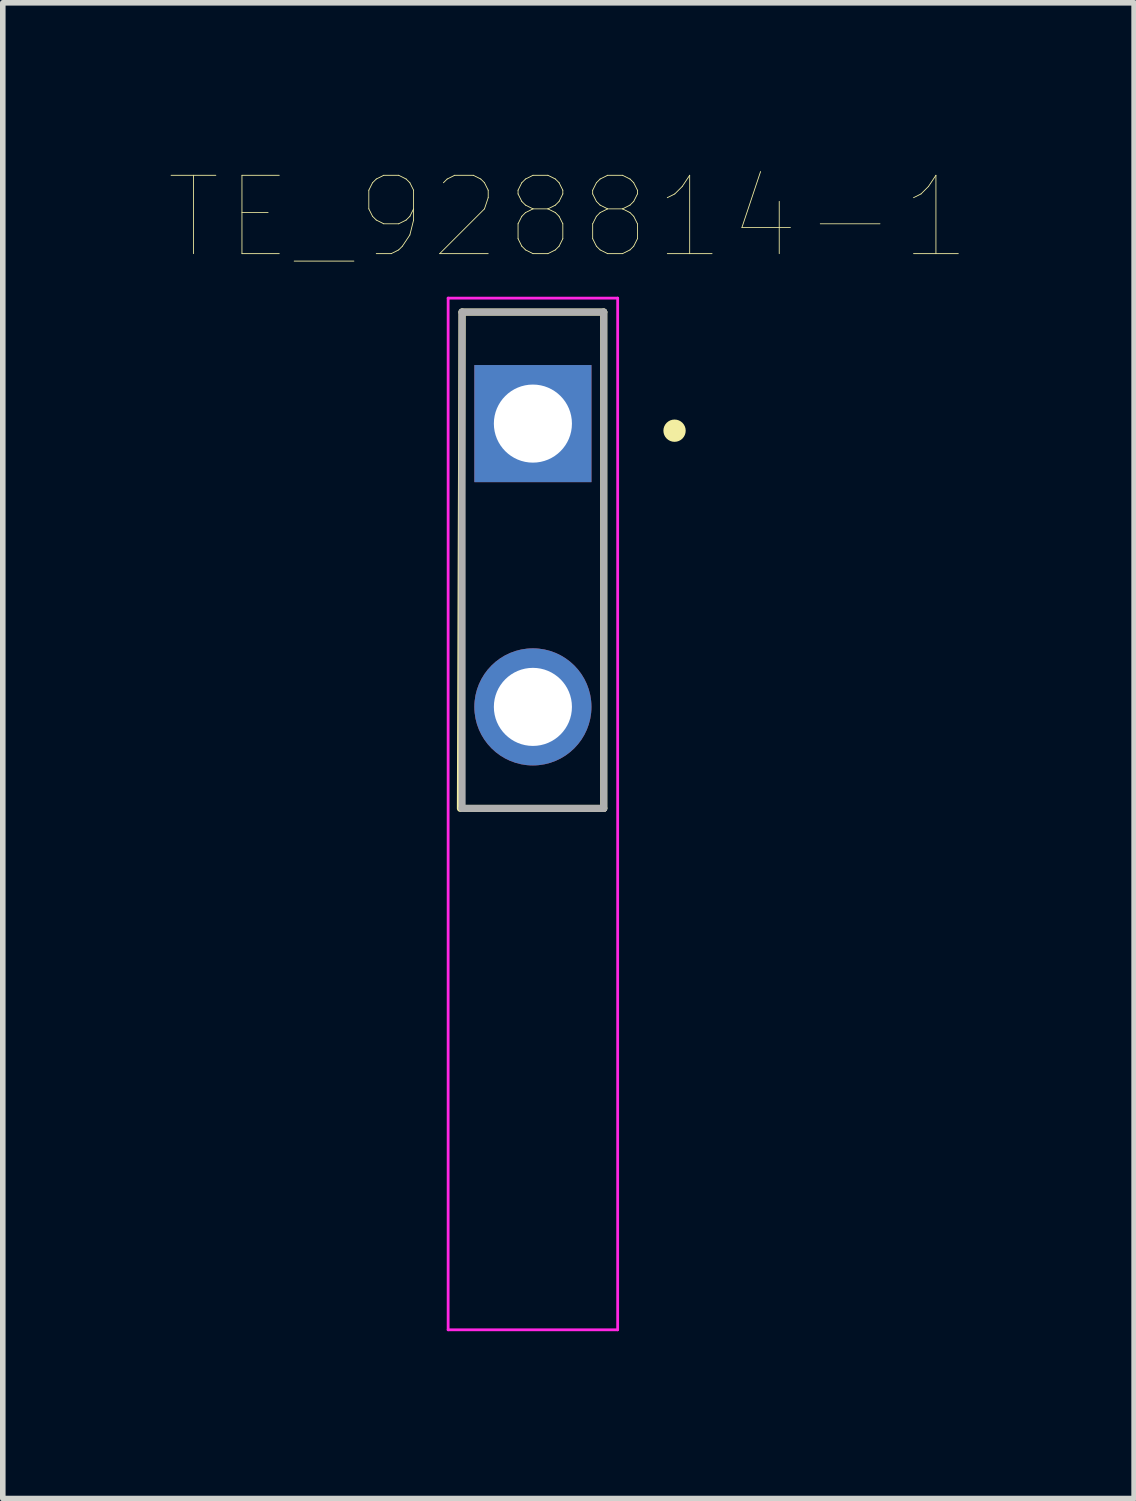
<source format=kicad_pcb>
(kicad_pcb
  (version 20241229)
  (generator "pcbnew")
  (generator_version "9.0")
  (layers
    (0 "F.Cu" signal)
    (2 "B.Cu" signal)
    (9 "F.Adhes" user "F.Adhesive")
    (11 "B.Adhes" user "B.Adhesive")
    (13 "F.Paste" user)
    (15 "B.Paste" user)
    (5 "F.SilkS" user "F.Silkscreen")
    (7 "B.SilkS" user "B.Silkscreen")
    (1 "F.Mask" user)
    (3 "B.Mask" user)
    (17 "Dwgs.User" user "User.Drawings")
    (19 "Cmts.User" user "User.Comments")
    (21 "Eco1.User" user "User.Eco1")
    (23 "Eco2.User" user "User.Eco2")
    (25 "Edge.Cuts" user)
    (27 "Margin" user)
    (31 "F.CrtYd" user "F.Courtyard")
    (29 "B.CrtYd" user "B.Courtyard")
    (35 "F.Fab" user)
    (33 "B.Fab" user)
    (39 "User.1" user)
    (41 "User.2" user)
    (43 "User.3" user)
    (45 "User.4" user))
  (footprint "TE_928814-1"
    (layer "F.Cu")
    (at 6.506 4.546)
    (property "Reference" "TE_928814-1" (at 0.637 -3.697 0) (layer "F.SilkS") (effects (font (size 1.405 1.405) (thickness 0.015))))
    (attr through_hole)
    (fp_line (start -1.27 -2) (end -1.3 6.9) (stroke (width 0.127) (type solid)) (layer "F.SilkS"))
    (fp_line (start -1.27 6.9) (end 1.27 6.9) (stroke (width 0.127) (type solid)) (layer "F.SilkS"))
    (fp_line (start 1.27 -2) (end -1.27 -2) (stroke (width 0.127) (type solid)) (layer "F.SilkS"))
    (fp_line (start 1.27 6.9) (end 1.27 -2) (stroke (width 0.127) (type solid)) (layer "F.SilkS"))
    (fp_circle (center 2.54 0.127) (end 2.64 0.127) (stroke (width 0.2) (type solid)) (fill no) (layer "F.SilkS"))
    (fp_line (start -1.52 -2.25) (end -1.52 16.25) (stroke (width 0.05) (type solid)) (layer "F.CrtYd"))
    (fp_line (start -1.52 16.25) (end 1.52 16.25) (stroke (width 0.05) (type solid)) (layer "F.CrtYd"))
    (fp_line (start 1.52 -2.25) (end -1.52 -2.25) (stroke (width 0.05) (type solid)) (layer "F.CrtYd"))
    (fp_line (start 1.52 16.25) (end 1.52 -2.25) (stroke (width 0.05) (type solid)) (layer "F.CrtYd"))
    (fp_line (start -1.27 -2) (end -1.27 6.9) (stroke (width 0.127) (type solid)) (layer "F.Fab"))
    (fp_line (start -1.27 6.9) (end 1.27 6.9) (stroke (width 0.127) (type solid)) (layer "F.Fab"))
    (fp_line (start 1.27 -2) (end -1.27 -2) (stroke (width 0.127) (type solid)) (layer "F.Fab"))
    (fp_line (start 1.27 6.9) (end 1.27 -2) (stroke (width 0.127) (type solid)) (layer "F.Fab"))
    (pad "1" thru_hole rect (at 0 0) (size 2.1 2.1) (drill 1.4) (layers "*.Cu" "*.Mask"))
    (pad "1" thru_hole circle (at 0 5.08) (size 2.1 2.1) (drill 1.4) (layers "*.Cu" "*.Mask")))
  (gr_rect
    (start -3 -3)
    (end 17.287 23.821)
    (stroke (width 0.1) (type default))
    (fill no)
    (layer "Edge.Cuts")))
</source>
